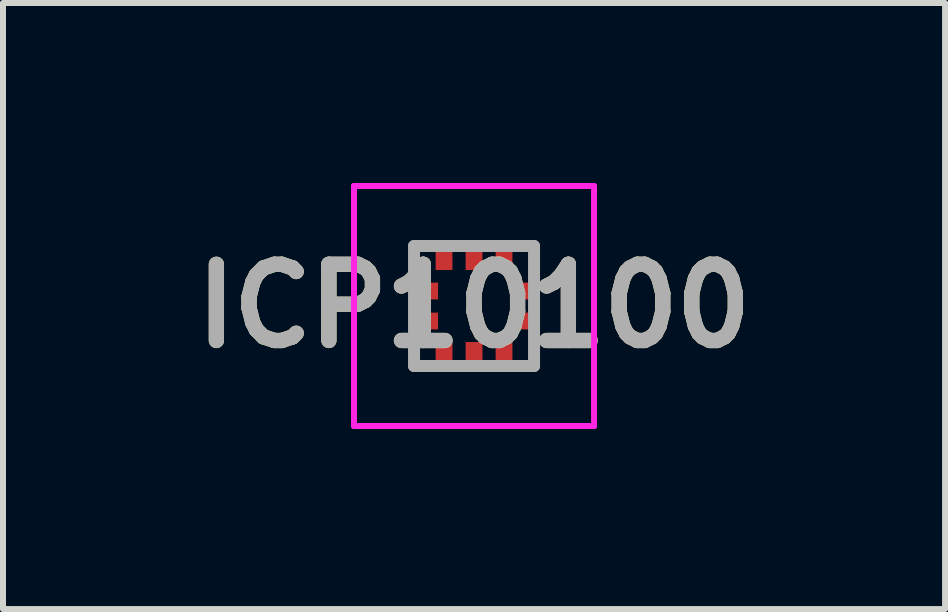
<source format=kicad_pcb>
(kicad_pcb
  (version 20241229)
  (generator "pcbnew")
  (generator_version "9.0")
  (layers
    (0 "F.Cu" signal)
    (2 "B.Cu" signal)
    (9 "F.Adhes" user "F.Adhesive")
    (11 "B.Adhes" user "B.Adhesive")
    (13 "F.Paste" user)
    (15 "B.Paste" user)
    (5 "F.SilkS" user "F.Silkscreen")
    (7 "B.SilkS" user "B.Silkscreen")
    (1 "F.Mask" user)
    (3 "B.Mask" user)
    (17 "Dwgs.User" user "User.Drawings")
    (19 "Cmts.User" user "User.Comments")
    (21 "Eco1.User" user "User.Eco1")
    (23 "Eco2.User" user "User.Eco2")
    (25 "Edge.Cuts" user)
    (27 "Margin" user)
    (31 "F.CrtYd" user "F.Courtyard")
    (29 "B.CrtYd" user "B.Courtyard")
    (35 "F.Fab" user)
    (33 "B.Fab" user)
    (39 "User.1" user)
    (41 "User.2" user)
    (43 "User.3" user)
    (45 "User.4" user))
  (footprint "ICP10100"
    (layer "F.Cu")
    (at 4.85 2.05)
    (property "Reference" "ICP10100" (at 0 0 0) (layer "F.SilkS") (effects (font (size 1.27 1.27) (thickness 0.254))))
    (attr smd)
    (fp_line (start -1 -1) (end -1 -0.6) (stroke (width 0.1) (type solid)) (layer "F.SilkS"))
    (fp_line (start -1 0.6) (end -1 1) (stroke (width 0.1) (type solid)) (layer "F.SilkS"))
    (fp_line (start -1 1) (end -0.8 1) (stroke (width 0.1) (type solid)) (layer "F.SilkS"))
    (fp_line (start -0.8 -1) (end -1 -1) (stroke (width 0.1) (type solid)) (layer "F.SilkS"))
    (fp_line (start 0.8 1) (end 1 1) (stroke (width 0.1) (type solid)) (layer "F.SilkS"))
    (fp_line (start 0.9 -1) (end 0.8 -1) (stroke (width 0.1) (type solid)) (layer "F.SilkS"))
    (fp_line (start 1 -1) (end 0.9 -1) (stroke (width 0.1) (type solid)) (layer "F.SilkS"))
    (fp_line (start 1 -0.6) (end 1 -1) (stroke (width 0.1) (type solid)) (layer "F.SilkS"))
    (fp_line (start 1 1) (end 1 0.6) (stroke (width 0.1) (type solid)) (layer "F.SilkS"))
    (fp_line (start -2 -2) (end 2 -2) (stroke (width 0.1) (type solid)) (layer "F.CrtYd"))
    (fp_line (start -2 2) (end -2 -2) (stroke (width 0.1) (type solid)) (layer "F.CrtYd"))
    (fp_line (start 2 -2) (end 2 2) (stroke (width 0.1) (type solid)) (layer "F.CrtYd"))
    (fp_line (start 2 2) (end -2 2) (stroke (width 0.1) (type solid)) (layer "F.CrtYd"))
    (fp_line (start -1 -1) (end 1 -1) (stroke (width 0.2) (type solid)) (layer "F.Fab"))
    (fp_line (start -1 1) (end -1 -1) (stroke (width 0.2) (type solid)) (layer "F.Fab"))
    (fp_line (start 1 -1) (end 1 1) (stroke (width 0.2) (type solid)) (layer "F.Fab"))
    (fp_line (start 1 1) (end -1 1) (stroke (width 0.2) (type solid)) (layer "F.Fab"))
    (fp_text user "${REFERENCE}" (at 0 0 0) (layer "F.Fab") (effects (font (size 1.27 1.27) (thickness 0.254))))
    (pad "1" smd rect (at -0.775 -0.25 90) (size 0.28 0.35) (layers "F.Cu" "F.Mask" "F.Paste"))
    (pad "2" smd rect (at -0.775 0.25 90) (size 0.28 0.35) (layers "F.Cu" "F.Mask" "F.Paste"))
    (pad "3" smd rect (at -0.5 0.775) (size 0.28 0.35) (layers "F.Cu" "F.Mask" "F.Paste"))
    (pad "4" smd rect (at 0 0.775) (size 0.28 0.35) (layers "F.Cu" "F.Mask" "F.Paste"))
    (pad "5" smd rect (at 0.5 0.775) (size 0.28 0.35) (layers "F.Cu" "F.Mask" "F.Paste"))
    (pad "6" smd rect (at 0.775 0.25 90) (size 0.28 0.35) (layers "F.Cu" "F.Mask" "F.Paste"))
    (pad "7" smd rect (at 0.775 -0.25 90) (size 0.28 0.35) (layers "F.Cu" "F.Mask" "F.Paste"))
    (pad "8" smd rect (at 0.5 -0.775) (size 0.28 0.35) (layers "F.Cu" "F.Mask" "F.Paste"))
    (pad "9" smd rect (at 0 -0.775) (size 0.28 0.35) (layers "F.Cu" "F.Mask" "F.Paste"))
    (pad "10" smd rect (at -0.5 -0.775) (size 0.28 0.35) (layers "F.Cu" "F.Mask" "F.Paste")))
  (gr_rect
    (start -3 -3)
    (end 12.7 7.1)
    (stroke (width 0.1) (type default))
    (fill no)
    (layer "Edge.Cuts")))
</source>
